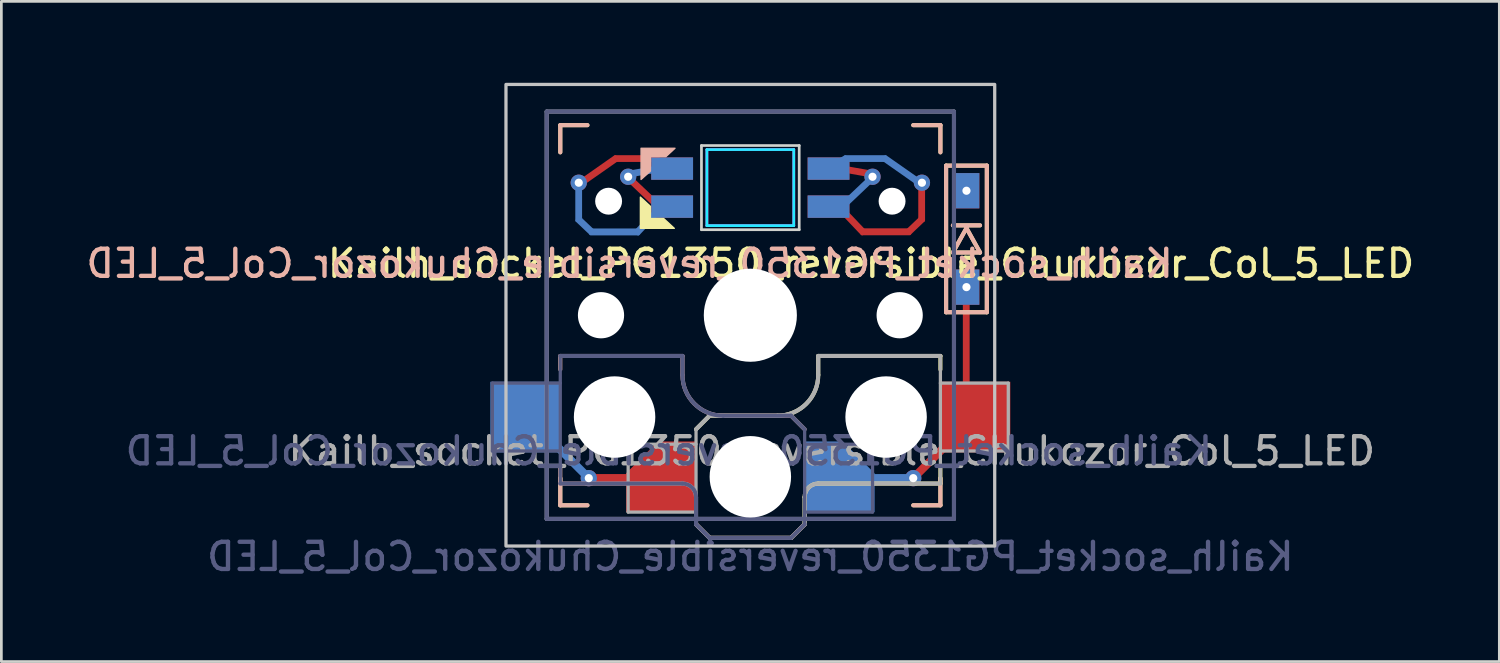
<source format=kicad_pcb>
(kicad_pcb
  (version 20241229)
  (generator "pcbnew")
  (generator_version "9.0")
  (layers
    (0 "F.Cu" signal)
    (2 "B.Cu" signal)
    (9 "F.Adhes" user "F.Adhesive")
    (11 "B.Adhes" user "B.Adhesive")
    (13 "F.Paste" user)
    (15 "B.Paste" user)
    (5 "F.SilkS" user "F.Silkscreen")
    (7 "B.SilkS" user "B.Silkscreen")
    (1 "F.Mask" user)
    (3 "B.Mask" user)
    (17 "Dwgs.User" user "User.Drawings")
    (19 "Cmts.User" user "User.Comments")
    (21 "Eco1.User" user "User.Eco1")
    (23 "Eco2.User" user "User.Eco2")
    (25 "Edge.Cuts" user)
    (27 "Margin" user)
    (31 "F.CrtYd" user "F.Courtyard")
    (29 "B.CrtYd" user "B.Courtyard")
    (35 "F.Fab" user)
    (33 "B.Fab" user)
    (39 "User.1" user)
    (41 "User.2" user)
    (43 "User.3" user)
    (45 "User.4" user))
  (footprint "Kailh_socket_PG1350_reversible_Chukozor_Col_5_LED"
    (layer "F.Cu")
    (at 24.585 8.56)
    (property "Reference" "Kailh_socket_PG1350_reversible_Chukozor_Col_5_LED" (at 4.445 -1.905 0) (layer "F.SilkS") (effects (font (size 1 1) (thickness 0.16))))
    (property "Value" "Kailh_socket_PG1350_reversible_Chukozor_Col_5_LED" (at 0 8.89 0) (layer "F.Fab") (hide yes) (effects (font (size 1 1) (thickness 0.16))))
    (attr smd)
    (fp_line (start -7 -7) (end -6 -7) (stroke (width 0.15) (type solid)) (layer "F.SilkS"))
    (fp_line (start -7 -6) (end -7 -7) (stroke (width 0.15) (type solid)) (layer "F.SilkS"))
    (fp_line (start -7 7) (end -7 6) (stroke (width 0.15) (type solid)) (layer "F.SilkS"))
    (fp_line (start -6 7) (end -7 7) (stroke (width 0.15) (type solid)) (layer "F.SilkS"))
    (fp_line (start -2 4.2) (end -1.5 3.7) (stroke (width 0.15) (type solid)) (layer "F.SilkS"))
    (fp_line (start -2 7.7) (end -1.5 8.2) (stroke (width 0.15) (type solid)) (layer "F.SilkS"))
    (fp_line (start -1.5 3.7) (end 1 3.7) (stroke (width 0.15) (type solid)) (layer "F.SilkS"))
    (fp_line (start -1.5 8.2) (end 1.5 8.2) (stroke (width 0.15) (type solid)) (layer "F.SilkS"))
    (fp_line (start 1.5 8.2) (end 2 7.7) (stroke (width 0.15) (type solid)) (layer "F.SilkS"))
    (fp_line (start 2 6.7) (end 2 7.7) (stroke (width 0.15) (type solid)) (layer "F.SilkS"))
    (fp_line (start 2.5 1.5) (end 7 1.5) (stroke (width 0.15) (type solid)) (layer "F.SilkS"))
    (fp_line (start 2.5 2.2) (end 2.5 1.5) (stroke (width 0.15) (type solid)) (layer "F.SilkS"))
    (fp_line (start 6 -7) (end 7 -7) (stroke (width 0.15) (type solid)) (layer "F.SilkS"))
    (fp_line (start 7 -7) (end 7 -6) (stroke (width 0.15) (type solid)) (layer "F.SilkS"))
    (fp_line (start 7 1.5) (end 7 2) (stroke (width 0.15) (type solid)) (layer "F.SilkS"))
    (fp_line (start 7 5.6) (end 7 6.2) (stroke (width 0.15) (type solid)) (layer "F.SilkS"))
    (fp_line (start 7 6) (end 7 7) (stroke (width 0.15) (type solid)) (layer "F.SilkS"))
    (fp_line (start 7 6.2) (end 2.5 6.2) (stroke (width 0.15) (type solid)) (layer "F.SilkS"))
    (fp_line (start 7 7) (end 6 7) (stroke (width 0.15) (type solid)) (layer "F.SilkS"))
    (fp_line (start 7.21 -5.51) (end 7.21 -0.11) (stroke (width 0.15) (type solid)) (layer "F.SilkS"))
    (fp_line (start 7.21 -0.11) (end 8.71 -0.11) (stroke (width 0.15) (type solid)) (layer "F.SilkS"))
    (fp_line (start 7.46 -2.31) (end 7.96 -3.21) (stroke (width 0.15) (type solid)) (layer "F.SilkS"))
    (fp_line (start 7.96 -3.21) (end 8.46 -2.31) (stroke (width 0.15) (type solid)) (layer "F.SilkS"))
    (fp_line (start 8.46 -2.31) (end 7.46 -2.31) (stroke (width 0.15) (type solid)) (layer "F.SilkS"))
    (fp_line (start 8.46 -3.31) (end 7.46 -3.31) (stroke (width 0.15) (type solid)) (layer "F.SilkS"))
    (fp_line (start 8.71 -5.51) (end 7.21 -5.51) (stroke (width 0.15) (type solid)) (layer "F.SilkS"))
    (fp_line (start 8.71 -0.11) (end 8.71 -5.51) (stroke (width 0.15) (type solid)) (layer "F.SilkS"))
    (fp_arc (start 2 6.7) (mid 2.146447 6.346447) (end 2.5 6.2) (stroke (width 0.15) (type solid)) (layer "F.SilkS"))
    (fp_arc (start 2.5 2.2) (mid 2.06066 3.26066) (end 1 3.7) (stroke (width 0.15) (type solid)) (layer "F.SilkS"))
    (fp_poly (pts (xy -3.19 -3.56) (xy -3.68 -3.56) (xy -3.68 -4.01) (xy -4.05 -4.35) (xy -4.05 -3.2) (xy -2.8 -3.2)) (stroke (width 0.05) (type solid)) (fill yes) (layer "F.SilkS"))
    (fp_line (start -7 -7) (end -6 -7) (stroke (width 0.15) (type solid)) (layer "B.SilkS"))
    (fp_line (start -7 -6) (end -7 -7) (stroke (width 0.15) (type solid)) (layer "B.SilkS"))
    (fp_line (start -7 1.5) (end -7 2) (stroke (width 0.15) (type solid)) (layer "B.SilkS"))
    (fp_line (start -7 5.6) (end -7 6.2) (stroke (width 0.15) (type solid)) (layer "B.SilkS"))
    (fp_line (start -7 6.2) (end -2.5 6.2) (stroke (width 0.15) (type solid)) (layer "B.SilkS"))
    (fp_line (start -7 7) (end -7 6) (stroke (width 0.15) (type solid)) (layer "B.SilkS"))
    (fp_line (start -6 7) (end -7 7) (stroke (width 0.15) (type solid)) (layer "B.SilkS"))
    (fp_line (start -2.5 1.5) (end -7 1.5) (stroke (width 0.15) (type solid)) (layer "B.SilkS"))
    (fp_line (start -2.5 2.2) (end -2.5 1.5) (stroke (width 0.15) (type solid)) (layer "B.SilkS"))
    (fp_line (start -2 6.7) (end -2 7.7) (stroke (width 0.15) (type solid)) (layer "B.SilkS"))
    (fp_line (start -1.5 8.2) (end -2 7.7) (stroke (width 0.15) (type solid)) (layer "B.SilkS"))
    (fp_line (start 1.5 3.7) (end -1 3.7) (stroke (width 0.15) (type solid)) (layer "B.SilkS"))
    (fp_line (start 1.5 8.2) (end -1.5 8.2) (stroke (width 0.15) (type solid)) (layer "B.SilkS"))
    (fp_line (start 2 4.2) (end 1.5 3.7) (stroke (width 0.15) (type solid)) (layer "B.SilkS"))
    (fp_line (start 2 7.7) (end 1.5 8.2) (stroke (width 0.15) (type solid)) (layer "B.SilkS"))
    (fp_line (start 6 -7) (end 7 -7) (stroke (width 0.15) (type solid)) (layer "B.SilkS"))
    (fp_line (start 7 -7) (end 7 -6) (stroke (width 0.15) (type solid)) (layer "B.SilkS"))
    (fp_line (start 7 6) (end 7 7) (stroke (width 0.15) (type solid)) (layer "B.SilkS"))
    (fp_line (start 7 7) (end 6 7) (stroke (width 0.15) (type solid)) (layer "B.SilkS"))
    (fp_line (start 7.21 -5.51) (end 7.21 -0.11) (stroke (width 0.15) (type solid)) (layer "B.SilkS"))
    (fp_line (start 7.21 -0.11) (end 8.71 -0.11) (stroke (width 0.15) (type solid)) (layer "B.SilkS"))
    (fp_line (start 7.46 -2.31) (end 7.96 -3.21) (stroke (width 0.15) (type solid)) (layer "B.SilkS"))
    (fp_line (start 7.96 -3.21) (end 8.46 -2.31) (stroke (width 0.15) (type solid)) (layer "B.SilkS"))
    (fp_line (start 8.46 -2.31) (end 7.46 -2.31) (stroke (width 0.15) (type solid)) (layer "B.SilkS"))
    (fp_line (start 8.46 -3.31) (end 7.46 -3.31) (stroke (width 0.15) (type solid)) (layer "B.SilkS"))
    (fp_line (start 8.71 -5.51) (end 7.21 -5.51) (stroke (width 0.15) (type solid)) (layer "B.SilkS"))
    (fp_line (start 8.71 -0.11) (end 8.71 -5.51) (stroke (width 0.15) (type solid)) (layer "B.SilkS"))
    (fp_arc (start -2.5 6.2) (mid -2.146447 6.346447) (end -2 6.7) (stroke (width 0.15) (type solid)) (layer "B.SilkS"))
    (fp_arc (start -1 3.7) (mid -2.06066 3.26066) (end -2.5 2.2) (stroke (width 0.15) (type solid)) (layer "B.SilkS"))
    (fp_poly (pts (xy -3.11 -5.84) (xy -3.68 -5.84) (xy -3.68 -5.31) (xy -4.025 -5) (xy -4.025 -6.15) (xy -2.775 -6.15)) (stroke (width 0.05) (type solid)) (fill yes) (layer "B.SilkS"))
    (fp_rect (start -9 -8.5) (end 9 8.5) (stroke (width 0.12) (type solid)) (fill no) (layer "Dwgs.User"))
    (fp_line (start -6.9 6.9) (end -6.9 -6.9) (stroke (width 0.15) (type solid)) (layer "Eco2.User"))
    (fp_line (start -6.9 6.9) (end 6.9 6.9) (stroke (width 0.15) (type solid)) (layer "Eco2.User"))
    (fp_line (start -2.6 -3.1) (end -2.6 -6.3) (stroke (width 0.15) (type solid)) (layer "Eco2.User"))
    (fp_line (start -2.6 -3.1) (end 2.6 -3.1) (stroke (width 0.15) (type solid)) (layer "Eco2.User"))
    (fp_line (start 2.6 -6.3) (end -2.6 -6.3) (stroke (width 0.15) (type solid)) (layer "Eco2.User"))
    (fp_line (start 2.6 -3.1) (end 2.6 -6.3) (stroke (width 0.15) (type solid)) (layer "Eco2.User"))
    (fp_line (start 6.9 -6.9) (end -6.9 -6.9) (stroke (width 0.15) (type solid)) (layer "Eco2.User"))
    (fp_line (start 6.9 -6.9) (end 6.9 6.9) (stroke (width 0.15) (type solid)) (layer "Eco2.User"))
    (fp_line (start -1.8 -6.25) (end -1.8 -3.15) (stroke (width 0.1) (type solid)) (layer "Edge.Cuts"))
    (fp_line (start -1.8 -3.15) (end 1.8 -3.15) (stroke (width 0.1) (type solid)) (layer "Edge.Cuts"))
    (fp_line (start 1.8 -6.25) (end -1.8 -6.25) (stroke (width 0.1) (type solid)) (layer "Edge.Cuts"))
    (fp_line (start 1.8 -3.15) (end 1.8 -6.25) (stroke (width 0.1) (type solid)) (layer "Edge.Cuts"))
    (fp_line (start -1.6 -6.1) (end 1.6 -6.1) (stroke (width 0.1) (type solid)) (layer "B.CrtYd"))
    (fp_line (start -1.6 -3.3) (end -1.6 -6.1) (stroke (width 0.1) (type solid)) (layer "B.CrtYd"))
    (fp_line (start -1.6 -3.3) (end 1.6 -3.3) (stroke (width 0.1) (type solid)) (layer "B.CrtYd"))
    (fp_line (start 1.6 -3.3) (end 1.6 -6.1) (stroke (width 0.1) (type solid)) (layer "B.CrtYd"))
    (fp_line (start -1.6 -6.1) (end -1.6 -3.3) (stroke (width 0.1) (type solid)) (layer "F.CrtYd"))
    (fp_line (start -1.6 -6.1) (end 1.6 -6.1) (stroke (width 0.1) (type solid)) (layer "F.CrtYd"))
    (fp_line (start -1.6 -3.3) (end 1.6 -3.3) (stroke (width 0.1) (type solid)) (layer "F.CrtYd"))
    (fp_line (start 1.6 -6.1) (end 1.6 -3.3) (stroke (width 0.1) (type solid)) (layer "F.CrtYd"))
    (fp_line (start -9.5 2.5) (end -7 2.5) (stroke (width 0.12) (type solid)) (layer "B.Fab"))
    (fp_line (start -9.5 5) (end -9.5 2.5) (stroke (width 0.12) (type solid)) (layer "B.Fab"))
    (fp_line (start -7.5 -7.5) (end 7.5 -7.5) (stroke (width 0.15) (type solid)) (layer "B.Fab"))
    (fp_line (start -7.5 7.5) (end -7.5 -7.5) (stroke (width 0.15) (type solid)) (layer "B.Fab"))
    (fp_line (start -7 1.5) (end -7 6.2) (stroke (width 0.12) (type solid)) (layer "B.Fab"))
    (fp_line (start -7 5) (end -9.5 5) (stroke (width 0.12) (type solid)) (layer "B.Fab"))
    (fp_line (start -7 6.2) (end -2.5 6.2) (stroke (width 0.15) (type solid)) (layer "B.Fab"))
    (fp_line (start -2.5 1.5) (end -7 1.5) (stroke (width 0.15) (type solid)) (layer "B.Fab"))
    (fp_line (start -2.5 2.2) (end -2.5 1.5) (stroke (width 0.15) (type solid)) (layer "B.Fab"))
    (fp_line (start -2 6.7) (end -2 7.7) (stroke (width 0.15) (type solid)) (layer "B.Fab"))
    (fp_line (start -1.5 8.2) (end -2 7.7) (stroke (width 0.15) (type solid)) (layer "B.Fab"))
    (fp_line (start 1.5 3.7) (end -1 3.7) (stroke (width 0.15) (type solid)) (layer "B.Fab"))
    (fp_line (start 1.5 8.2) (end -1.5 8.2) (stroke (width 0.15) (type solid)) (layer "B.Fab"))
    (fp_line (start 2 4.2) (end 1.5 3.7) (stroke (width 0.15) (type solid)) (layer "B.Fab"))
    (fp_line (start 2 4.25) (end 2 7.7) (stroke (width 0.12) (type solid)) (layer "B.Fab"))
    (fp_line (start 2 4.75) (end 4.5 4.75) (stroke (width 0.12) (type solid)) (layer "B.Fab"))
    (fp_line (start 2 7.7) (end 1.5 8.2) (stroke (width 0.15) (type solid)) (layer "B.Fab"))
    (fp_line (start 4.5 4.75) (end 4.5 7.25) (stroke (width 0.12) (type solid)) (layer "B.Fab"))
    (fp_line (start 4.5 7.25) (end 2 7.25) (stroke (width 0.12) (type solid)) (layer "B.Fab"))
    (fp_line (start 7.5 -7.5) (end 7.5 7.5) (stroke (width 0.15) (type solid)) (layer "B.Fab"))
    (fp_line (start 7.5 7.5) (end -7.5 7.5) (stroke (width 0.15) (type solid)) (layer "B.Fab"))
    (fp_arc (start -2.5 6.2) (mid -2.146447 6.346447) (end -2 6.7) (stroke (width 0.15) (type solid)) (layer "B.Fab"))
    (fp_arc (start -1 3.7) (mid -2.06066 3.26066) (end -2.5 2.2) (stroke (width 0.15) (type solid)) (layer "B.Fab"))
    (fp_line (start -7.5 -7.5) (end 7.5 -7.5) (stroke (width 0.15) (type solid)) (layer "F.Fab"))
    (fp_line (start -7.5 7.5) (end -7.5 -7.5) (stroke (width 0.15) (type solid)) (layer "F.Fab"))
    (fp_line (start -4.5 4.75) (end -4.5 7.25) (stroke (width 0.12) (type solid)) (layer "F.Fab"))
    (fp_line (start -4.5 7.25) (end -2 7.25) (stroke (width 0.12) (type solid)) (layer "F.Fab"))
    (fp_line (start -2 4.2) (end -1.5 3.7) (stroke (width 0.15) (type solid)) (layer "F.Fab"))
    (fp_line (start -2 4.25) (end -2 7.7) (stroke (width 0.12) (type solid)) (layer "F.Fab"))
    (fp_line (start -2 4.75) (end -4.5 4.75) (stroke (width 0.12) (type solid)) (layer "F.Fab"))
    (fp_line (start -2 7.7) (end -1.5 8.2) (stroke (width 0.15) (type solid)) (layer "F.Fab"))
    (fp_line (start -1.5 3.7) (end 1 3.7) (stroke (width 0.15) (type solid)) (layer "F.Fab"))
    (fp_line (start -1.5 8.2) (end 1.5 8.2) (stroke (width 0.15) (type solid)) (layer "F.Fab"))
    (fp_line (start 1.5 8.2) (end 2 7.7) (stroke (width 0.15) (type solid)) (layer "F.Fab"))
    (fp_line (start 2 6.7) (end 2 7.7) (stroke (width 0.15) (type solid)) (layer "F.Fab"))
    (fp_line (start 2.5 1.5) (end 7 1.5) (stroke (width 0.15) (type solid)) (layer "F.Fab"))
    (fp_line (start 2.5 2.2) (end 2.5 1.5) (stroke (width 0.15) (type solid)) (layer "F.Fab"))
    (fp_line (start 7 1.5) (end 7 6.2) (stroke (width 0.12) (type solid)) (layer "F.Fab"))
    (fp_line (start 7 5) (end 9.5 5) (stroke (width 0.12) (type solid)) (layer "F.Fab"))
    (fp_line (start 7 6.2) (end 2.5 6.2) (stroke (width 0.15) (type solid)) (layer "F.Fab"))
    (fp_line (start 7.5 -7.5) (end 7.5 7.5) (stroke (width 0.15) (type solid)) (layer "F.Fab"))
    (fp_line (start 7.5 7.5) (end -7.5 7.5) (stroke (width 0.15) (type solid)) (layer "F.Fab"))
    (fp_line (start 9.5 2.5) (end 7 2.5) (stroke (width 0.12) (type solid)) (layer "F.Fab"))
    (fp_line (start 9.5 5) (end 9.5 2.5) (stroke (width 0.12) (type solid)) (layer "F.Fab"))
    (fp_arc (start 2 6.7) (mid 2.146447 6.346447) (end 2.5 6.2) (stroke (width 0.15) (type solid)) (layer "F.Fab"))
    (fp_arc (start 2.5 2.2) (mid 2.06066 3.26066) (end 1 3.7) (stroke (width 0.15) (type solid)) (layer "F.Fab"))
    (fp_text user "${REFERENCE}" (at -4.445 -1.905 0) (layer "B.SilkS") (effects (font (size 1 1) (thickness 0.16)) (justify mirror)))
    (fp_text user "${REFERENCE}" (at -3 5 0) (layer "B.Fab") (effects (font (size 1 1) (thickness 0.16)) (justify mirror)))
    (fp_text user "${VALUE}" (at 0 8.89 0) (layer "B.Fab") (effects (font (size 1 1) (thickness 0.16)) (justify mirror)))
    (fp_text user "${REFERENCE}" (at 3 5 180) (layer "F.Fab") (effects (font (size 1 1) (thickness 0.16))))
    (pad "" np_thru_hole circle (at -5.5 0) (size 1.702 1.702) (drill 1.702) (layers "*.Cu" "*.Mask"))
    (pad "" np_thru_hole circle (at -5.22 -4.2) (size 0.991 0.991) (drill 0.991) (layers "*.Cu" "*.Mask"))
    (pad "" np_thru_hole circle (at -5 3.75) (size 3 3) (drill 3) (layers "*.Cu" "*.Mask"))
    (pad "" np_thru_hole circle (at 0 0) (size 3.429 3.429) (drill 3.429) (layers "*.Cu" "*.Mask"))
    (pad "" np_thru_hole circle (at 0 5.95) (size 3 3) (drill 3) (layers "*.Cu" "*.Mask"))
    (pad "" np_thru_hole circle (at 5 3.75) (size 3 3) (drill 3) (layers "*.Cu" "*.Mask"))
    (pad "" np_thru_hole circle (at 5.22 -4.2) (size 0.991 0.991) (drill 0.991) (layers "*.Cu" "*.Mask"))
    (pad "" np_thru_hole circle (at 5.5 0) (size 1.702 1.702) (drill 1.702) (layers "*.Cu" "*.Mask"))
    (pad "1" smd rect (at -8.275 3.75) (size 2.6 2.6) (layers "B.Cu" "B.Mask" "B.Paste"))
    (pad "1" smd rect (at -6.7 5.25 315) (size 1.75 0.3) (layers "B.Cu"))
    (pad "1" thru_hole circle (at -5.95 6) (size 0.6 0.6) (drill 0.3) (layers "*.Cu"))
    (pad "1" smd rect (at -5.075 6) (size 1.45 0.3) (layers "F.Cu"))
    (pad "1" smd roundrect (at -3.275 5.95) (size 2.6 2.6) (layers "F.Cu" "F.Mask" "F.Paste") (roundrect_rratio 0) (chamfer_ratio 0.45) (chamfer top_left))
    (pad "2" smd roundrect (at 3.275 5.95) (size 2.6 2.6) (layers "B.Cu" "B.Mask" "B.Paste") (roundrect_rratio 0) (chamfer_ratio 0.45) (chamfer top_right))
    (pad "2" smd rect (at 5.125 6) (size 1.45 0.3) (layers "B.Cu"))
    (pad "2" thru_hole circle (at 6 6) (size 0.6 0.6) (drill 0.3) (layers "*.Cu"))
    (pad "2" smd rect (at 6.75 5.25 45) (size 1.75 0.3) (layers "F.Cu"))
    (pad "2" smd roundrect (at 7.952 0.99 90) (size 3.22 0.25) (layers "F.Cu") (roundrect_rratio 0.25))
    (pad "2" thru_hole circle (at 7.96 -1.035 270) (size 0.6 0.6) (drill 0.3) (layers "*.Cu"))
    (pad "2" smd rect (at 7.96 -1.035 270) (size 1.3 0.95) (layers "F.Cu" "F.Mask" "F.Paste"))
    (pad "2" smd rect (at 7.96 -1.035 270) (size 1.3 0.95) (layers "B.Cu" "B.Mask" "B.Paste"))
    (pad "2" smd rect (at 8.275 3.75) (size 2.6 2.6) (layers "F.Cu" "F.Mask" "F.Paste"))
    (pad "3" thru_hole circle (at 7.96 -4.585 270) (size 0.6 0.6) (drill 0.3) (layers "*.Cu"))
    (pad "3" smd rect (at 7.96 -4.585 270) (size 1.3 0.95) (layers "F.Cu" "F.Mask" "F.Paste"))
    (pad "3" smd rect (at 7.96 -4.585 270) (size 1.3 0.95) (layers "B.Cu" "B.Mask" "B.Paste"))
    (pad "4" smd rect (at 2.88 -5.401 180) (size 1.54 0.823) (layers "F.Cu" "F.Mask" "F.Paste"))
    (pad "4" smd rect (at 2.88 -4) (size 1.54 0.825) (layers "B.Cu" "B.Mask" "B.Paste"))
    (pad "4" smd roundrect (at 3.9 -5.3 350) (size 0.95 0.25) (layers "F.Cu") (roundrect_rratio 0.25))
    (pad "4" smd roundrect (at 3.9 -4.5 223.531) (size 1.3 0.25) (layers "B.Cu") (roundrect_rratio 0.25))
    (pad "4" thru_hole circle (at 4.5 -5.1) (size 0.6 0.6) (drill 0.3) (property pad_prop_fiducial_loc) (layers "*.Cu"))
    (pad "5" smd rect (at 2.88 -5.401) (size 1.54 0.823) (layers "B.Cu" "B.Mask" "B.Paste"))
    (pad "5" smd rect (at 2.88 -4 180) (size 1.54 0.825) (layers "F.Cu" "F.Mask" "F.Paste"))
    (pad "5" smd roundrect (at 3.36 -5.68 30) (size 0.5 0.25) (layers "B.Cu") (roundrect_rratio 0.25))
    (pad "5" smd roundrect (at 3.688 -3.545 133.531) (size 1.5 0.25) (layers "F.Cu") (roundrect_rratio 0.25))
    (pad "5" smd roundrect (at 4.235 -5.77) (size 1.59 0.25) (layers "B.Cu") (roundrect_rratio 0.25))
    (pad "5" smd roundrect (at 4.992 -3.072 180) (size 1.87 0.255) (layers "F.Cu") (roundrect_rratio 0.25))
    (pad "5" smd roundrect (at 5.53 -5.37 325) (size 1.55 0.25) (layers "B.Cu") (roundrect_rratio 0.25))
    (pad "5" smd roundrect (at 6.077 -3.305 43.531) (size 0.8 0.25) (layers "F.Cu") (roundrect_rratio 0.25))
    (pad "5" smd roundrect (at 6.31 -4.08 90) (size 1.29 0.25) (layers "F.Cu") (roundrect_rratio 0.25))
    (pad "5" thru_hole circle (at 6.32 -4.88) (size 0.6 0.6) (drill 0.3) (property pad_prop_fiducial_loc) (layers "*.Cu"))
    (pad "6" thru_hole circle (at -4.5 -5.1) (size 0.6 0.6) (drill 0.3) (property pad_prop_fiducial_loc) (layers "*.Cu"))
    (pad "6" smd roundrect (at -3.9 -5.3 10) (size 0.95 0.25) (layers "B.Cu") (roundrect_rratio 0.25))
    (pad "6" smd roundrect (at -3.9 -4.5 136.469) (size 1.3 0.25) (layers "F.Cu") (roundrect_rratio 0.25))
    (pad "6" smd rect (at -2.88 -5.401 180) (size 1.54 0.823) (layers "B.Cu" "B.Mask" "B.Paste"))
    (pad "6" smd rect (at -2.88 -4) (size 1.54 0.825) (layers "F.Cu" "F.Mask" "F.Paste"))
    (pad "7" smd roundrect (at -6.322 -4.075 270) (size 1.29 0.25) (layers "B.Cu") (roundrect_rratio 0.25))
    (pad "7" thru_hole circle (at -6.32 -4.88) (size 0.6 0.6) (drill 0.3) (property pad_prop_fiducial_loc) (layers "*.Cu"))
    (pad "7" smd roundrect (at -6.09 -3.3 316.469) (size 0.8 0.25) (layers "B.Cu") (roundrect_rratio 0.25))
    (pad "7" smd roundrect (at -5.53 -5.37 35) (size 1.55 0.25) (layers "F.Cu") (roundrect_rratio 0.25))
    (pad "7" smd roundrect (at -5.005 -3.067 180) (size 1.87 0.255) (layers "B.Cu") (roundrect_rratio 0.25))
    (pad "7" smd roundrect (at -4.235 -5.77) (size 1.59 0.25) (layers "F.Cu") (roundrect_rratio 0.25))
    (pad "7" smd roundrect (at -3.7 -3.54 226.469) (size 1.5 0.25) (layers "B.Cu") (roundrect_rratio 0.25))
    (pad "7" smd roundrect (at -3.36 -5.68 330) (size 0.5 0.25) (layers "F.Cu") (roundrect_rratio 0.25))
    (pad "7" smd rect (at -2.88 -5.401) (size 1.54 0.823) (layers "F.Cu" "F.Mask" "F.Paste"))
    (pad "7" smd rect (at -2.88 -4 180) (size 1.54 0.825) (layers "B.Cu" "B.Mask" "B.Paste")))
  (gr_rect
    (start -3 -3)
    (end 52.17 21.316)
    (stroke (width 0.1) (type default))
    (fill no)
    (layer "Edge.Cuts")))
</source>
